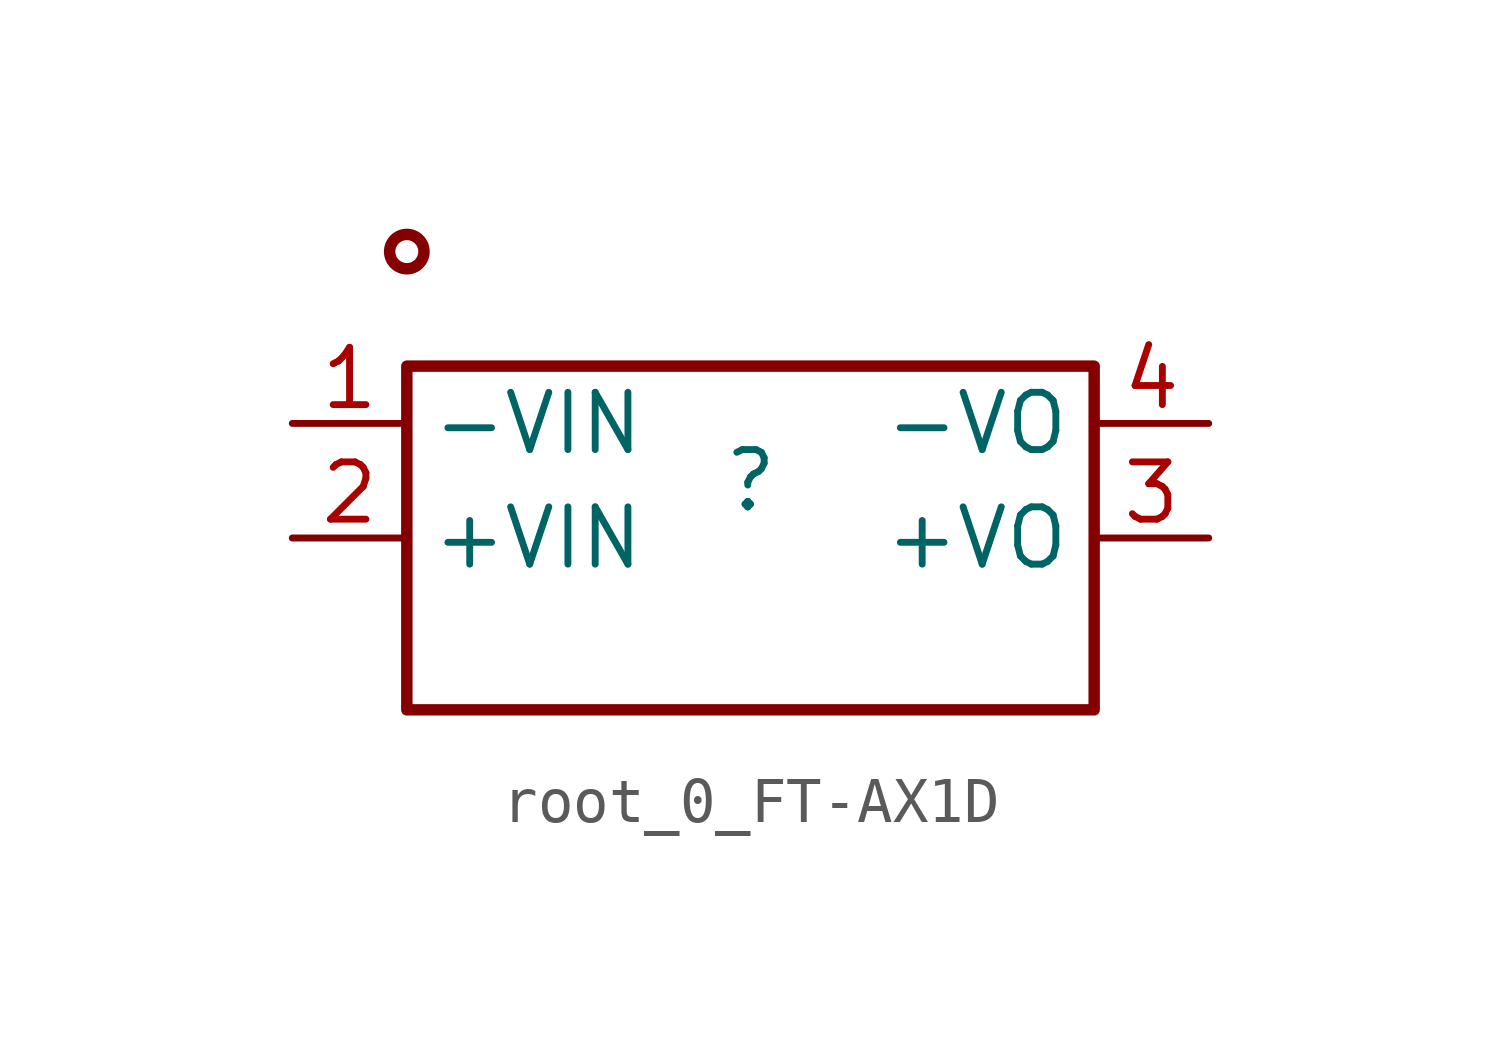
<source format=kicad_sym>
(kicad_symbol_lib
  (version 20220914)
  (generator kicad_symbol_editor)
  (symbol "root_0_FT-AX1D"
    (property "Reference" ""
      (at 0 0 0)
      (effects (font (size 1.27 1.27))))
    (property "Value" ""
      (at 0 0 0)
      (effects (font (size 1.27 1.27))))
    (symbol "root_0_FT-AX1D_1_0"
      (circle (center -7.62 5.08) (radius 0.381) (stroke (width 0.254) (type solid)) (fill (type none)))
      (rectangle (start 7.62 2.54) (end -7.62 -5.08) (stroke (width 0.254) (type solid)) (fill (type none)))
      (pin passive line (at -10.16 1.27 0) (length 2.54) (name "-VIN" (effects (font (size 1.27 1.27)))) (number "1" (effects (font (size 1.27 1.27)))))
      (pin passive line (at -10.16 -1.27 0) (length 2.54) (name "+VIN" (effects (font (size 1.27 1.27)))) (number "2" (effects (font (size 1.27 1.27)))))
      (pin passive line (at 10.16 -1.27 180) (length 2.54) (name "+VO" (effects (font (size 1.27 1.27)))) (number "3" (effects (font (size 1.27 1.27)))))
      (pin passive line (at 10.16 1.27 180) (length 2.54) (name "-VO" (effects (font (size 1.27 1.27)))) (number "4" (effects (font (size 1.27 1.27))))))))
</source>
